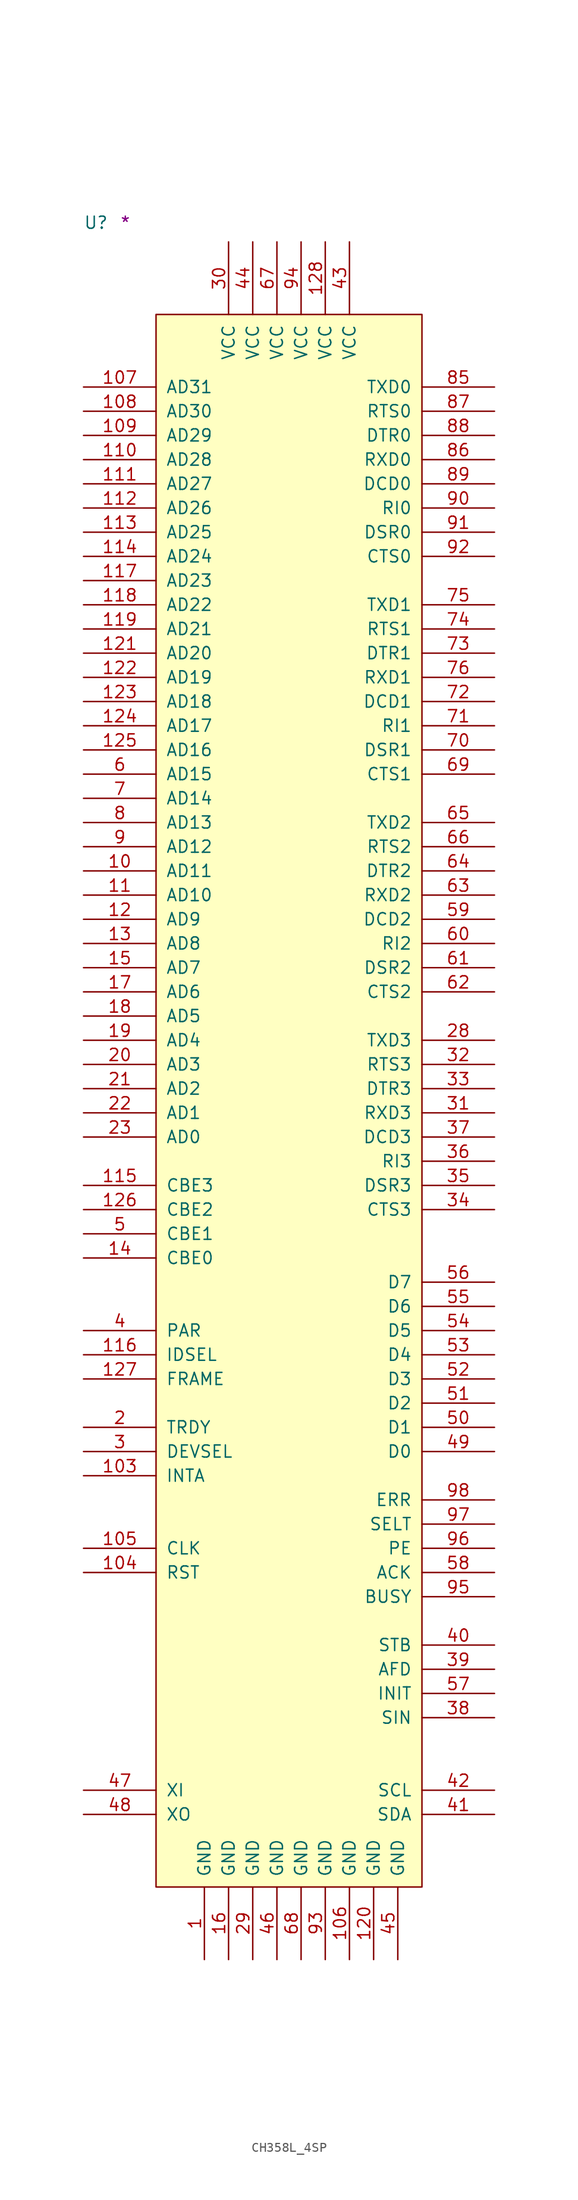
<source format=kicad_sym>
(kicad_symbol_lib
  (version 20211014)
  (generator kicad_symbol_editor)
  (symbol "CH358L_4SP"
    (pin_names
      (offset 1.016))
    (property "Reference" "U"
      (at -7.62 8.89 0)
      (effects (font (size 1.27 1.27)) (justify left bottom)))
    (property "Comment" "*"
      (at -3.81 8.89 0)
      (effects (font (size 1.27 1.27)) (justify left bottom)))
    (symbol "CH358L_4SP_1_1"
      (rectangle (start 0 -165.1) (end 27.94 0) (stroke (width 0) (type default) (color 0 0 0 0)) (fill (type background)))
      (pin power_in line (at 5.08 -172.72 90) (length 7.62) (name "GND" (effects (font (size 1.27 1.27)))) (number "1" (effects (font (size 1.27 1.27)))))
      (pin bidirectional line (at -7.62 -58.42 0) (length 7.62) (name "AD11" (effects (font (size 1.27 1.27)))) (number "10" (effects (font (size 1.27 1.27)))))
      (pin tri_state line (at -7.62 -121.92 0) (length 7.62) (name "INTA" (effects (font (size 1.27 1.27)))) (number "103" (effects (font (size 1.27 1.27)))))
      (pin input line (at -7.62 -132.08 0) (length 7.62) (name "RST" (effects (font (size 1.27 1.27)))) (number "104" (effects (font (size 1.27 1.27)))))
      (pin input line (at -7.62 -129.54 0) (length 7.62) (name "CLK" (effects (font (size 1.27 1.27)))) (number "105" (effects (font (size 1.27 1.27)))))
      (pin power_in line (at 20.32 -172.72 90) (length 7.62) (name "GND" (effects (font (size 1.27 1.27)))) (number "106" (effects (font (size 1.27 1.27)))))
      (pin bidirectional line (at -7.62 -7.62 0) (length 7.62) (name "AD31" (effects (font (size 1.27 1.27)))) (number "107" (effects (font (size 1.27 1.27)))))
      (pin bidirectional line (at -7.62 -10.16 0) (length 7.62) (name "AD30" (effects (font (size 1.27 1.27)))) (number "108" (effects (font (size 1.27 1.27)))))
      (pin bidirectional line (at -7.62 -12.7 0) (length 7.62) (name "AD29" (effects (font (size 1.27 1.27)))) (number "109" (effects (font (size 1.27 1.27)))))
      (pin bidirectional line (at -7.62 -60.96 0) (length 7.62) (name "AD10" (effects (font (size 1.27 1.27)))) (number "11" (effects (font (size 1.27 1.27)))))
      (pin bidirectional line (at -7.62 -15.24 0) (length 7.62) (name "AD28" (effects (font (size 1.27 1.27)))) (number "110" (effects (font (size 1.27 1.27)))))
      (pin bidirectional line (at -7.62 -17.78 0) (length 7.62) (name "AD27" (effects (font (size 1.27 1.27)))) (number "111" (effects (font (size 1.27 1.27)))))
      (pin bidirectional line (at -7.62 -20.32 0) (length 7.62) (name "AD26" (effects (font (size 1.27 1.27)))) (number "112" (effects (font (size 1.27 1.27)))))
      (pin bidirectional line (at -7.62 -22.86 0) (length 7.62) (name "AD25" (effects (font (size 1.27 1.27)))) (number "113" (effects (font (size 1.27 1.27)))))
      (pin bidirectional line (at -7.62 -25.4 0) (length 7.62) (name "AD24" (effects (font (size 1.27 1.27)))) (number "114" (effects (font (size 1.27 1.27)))))
      (pin input line (at -7.62 -91.44 0) (length 7.62) (name "CBE3" (effects (font (size 1.27 1.27)))) (number "115" (effects (font (size 1.27 1.27)))))
      (pin input line (at -7.62 -109.22 0) (length 7.62) (name "IDSEL" (effects (font (size 1.27 1.27)))) (number "116" (effects (font (size 1.27 1.27)))))
      (pin bidirectional line (at -7.62 -27.94 0) (length 7.62) (name "AD23" (effects (font (size 1.27 1.27)))) (number "117" (effects (font (size 1.27 1.27)))))
      (pin bidirectional line (at -7.62 -30.48 0) (length 7.62) (name "AD22" (effects (font (size 1.27 1.27)))) (number "118" (effects (font (size 1.27 1.27)))))
      (pin bidirectional line (at -7.62 -33.02 0) (length 7.62) (name "AD21" (effects (font (size 1.27 1.27)))) (number "119" (effects (font (size 1.27 1.27)))))
      (pin bidirectional line (at -7.62 -63.5 0) (length 7.62) (name "AD9" (effects (font (size 1.27 1.27)))) (number "12" (effects (font (size 1.27 1.27)))))
      (pin power_in line (at 22.86 -172.72 90) (length 7.62) (name "GND" (effects (font (size 1.27 1.27)))) (number "120" (effects (font (size 1.27 1.27)))))
      (pin bidirectional line (at -7.62 -35.56 0) (length 7.62) (name "AD20" (effects (font (size 1.27 1.27)))) (number "121" (effects (font (size 1.27 1.27)))))
      (pin bidirectional line (at -7.62 -38.1 0) (length 7.62) (name "AD19" (effects (font (size 1.27 1.27)))) (number "122" (effects (font (size 1.27 1.27)))))
      (pin bidirectional line (at -7.62 -40.64 0) (length 7.62) (name "AD18" (effects (font (size 1.27 1.27)))) (number "123" (effects (font (size 1.27 1.27)))))
      (pin bidirectional line (at -7.62 -43.18 0) (length 7.62) (name "AD17" (effects (font (size 1.27 1.27)))) (number "124" (effects (font (size 1.27 1.27)))))
      (pin bidirectional line (at -7.62 -45.72 0) (length 7.62) (name "AD16" (effects (font (size 1.27 1.27)))) (number "125" (effects (font (size 1.27 1.27)))))
      (pin input line (at -7.62 -93.98 0) (length 7.62) (name "CBE2" (effects (font (size 1.27 1.27)))) (number "126" (effects (font (size 1.27 1.27)))))
      (pin input line (at -7.62 -111.76 0) (length 7.62) (name "FRAME" (effects (font (size 1.27 1.27)))) (number "127" (effects (font (size 1.27 1.27)))))
      (pin power_in line (at 17.78 7.62 270) (length 7.62) (name "VCC" (effects (font (size 1.27 1.27)))) (number "128" (effects (font (size 1.27 1.27)))))
      (pin bidirectional line (at -7.62 -66.04 0) (length 7.62) (name "AD8" (effects (font (size 1.27 1.27)))) (number "13" (effects (font (size 1.27 1.27)))))
      (pin input line (at -7.62 -99.06 0) (length 7.62) (name "CBE0" (effects (font (size 1.27 1.27)))) (number "14" (effects (font (size 1.27 1.27)))))
      (pin bidirectional line (at -7.62 -68.58 0) (length 7.62) (name "AD7" (effects (font (size 1.27 1.27)))) (number "15" (effects (font (size 1.27 1.27)))))
      (pin power_in line (at 7.62 -172.72 90) (length 7.62) (name "GND" (effects (font (size 1.27 1.27)))) (number "16" (effects (font (size 1.27 1.27)))))
      (pin bidirectional line (at -7.62 -71.12 0) (length 7.62) (name "AD6" (effects (font (size 1.27 1.27)))) (number "17" (effects (font (size 1.27 1.27)))))
      (pin bidirectional line (at -7.62 -73.66 0) (length 7.62) (name "AD5" (effects (font (size 1.27 1.27)))) (number "18" (effects (font (size 1.27 1.27)))))
      (pin bidirectional line (at -7.62 -76.2 0) (length 7.62) (name "AD4" (effects (font (size 1.27 1.27)))) (number "19" (effects (font (size 1.27 1.27)))))
      (pin tri_state line (at -7.62 -116.84 0) (length 7.62) (name "TRDY" (effects (font (size 1.27 1.27)))) (number "2" (effects (font (size 1.27 1.27)))))
      (pin bidirectional line (at -7.62 -78.74 0) (length 7.62) (name "AD3" (effects (font (size 1.27 1.27)))) (number "20" (effects (font (size 1.27 1.27)))))
      (pin bidirectional line (at -7.62 -81.28 0) (length 7.62) (name "AD2" (effects (font (size 1.27 1.27)))) (number "21" (effects (font (size 1.27 1.27)))))
      (pin bidirectional line (at -7.62 -83.82 0) (length 7.62) (name "AD1" (effects (font (size 1.27 1.27)))) (number "22" (effects (font (size 1.27 1.27)))))
      (pin bidirectional line (at -7.62 -86.36 0) (length 7.62) (name "AD0" (effects (font (size 1.27 1.27)))) (number "23" (effects (font (size 1.27 1.27)))))
      (pin output line (at 35.56 -76.2 180) (length 7.62) (name "TXD3" (effects (font (size 1.27 1.27)))) (number "28" (effects (font (size 1.27 1.27)))))
      (pin power_in line (at 10.16 -172.72 90) (length 7.62) (name "GND" (effects (font (size 1.27 1.27)))) (number "29" (effects (font (size 1.27 1.27)))))
      (pin tri_state line (at -7.62 -119.38 0) (length 7.62) (name "DEVSEL" (effects (font (size 1.27 1.27)))) (number "3" (effects (font (size 1.27 1.27)))))
      (pin power_in line (at 7.62 7.62 270) (length 7.62) (name "VCC" (effects (font (size 1.27 1.27)))) (number "30" (effects (font (size 1.27 1.27)))))
      (pin input line (at 35.56 -83.82 180) (length 7.62) (name "RXD3" (effects (font (size 1.27 1.27)))) (number "31" (effects (font (size 1.27 1.27)))))
      (pin output line (at 35.56 -78.74 180) (length 7.62) (name "RTS3" (effects (font (size 1.27 1.27)))) (number "32" (effects (font (size 1.27 1.27)))))
      (pin output line (at 35.56 -81.28 180) (length 7.62) (name "DTR3" (effects (font (size 1.27 1.27)))) (number "33" (effects (font (size 1.27 1.27)))))
      (pin input line (at 35.56 -93.98 180) (length 7.62) (name "CTS3" (effects (font (size 1.27 1.27)))) (number "34" (effects (font (size 1.27 1.27)))))
      (pin input line (at 35.56 -91.44 180) (length 7.62) (name "DSR3" (effects (font (size 1.27 1.27)))) (number "35" (effects (font (size 1.27 1.27)))))
      (pin input line (at 35.56 -88.9 180) (length 7.62) (name "RI3" (effects (font (size 1.27 1.27)))) (number "36" (effects (font (size 1.27 1.27)))))
      (pin input line (at 35.56 -86.36 180) (length 7.62) (name "DCD3" (effects (font (size 1.27 1.27)))) (number "37" (effects (font (size 1.27 1.27)))))
      (pin output line (at 35.56 -147.32 180) (length 7.62) (name "SIN" (effects (font (size 1.27 1.27)))) (number "38" (effects (font (size 1.27 1.27)))))
      (pin output line (at 35.56 -142.24 180) (length 7.62) (name "AFD" (effects (font (size 1.27 1.27)))) (number "39" (effects (font (size 1.27 1.27)))))
      (pin tri_state line (at -7.62 -106.68 0) (length 7.62) (name "PAR" (effects (font (size 1.27 1.27)))) (number "4" (effects (font (size 1.27 1.27)))))
      (pin output line (at 35.56 -139.7 180) (length 7.62) (name "STB" (effects (font (size 1.27 1.27)))) (number "40" (effects (font (size 1.27 1.27)))))
      (pin bidirectional line (at 35.56 -157.48 180) (length 7.62) (name "SDA" (effects (font (size 1.27 1.27)))) (number "41" (effects (font (size 1.27 1.27)))))
      (pin bidirectional line (at 35.56 -154.94 180) (length 7.62) (name "SCL" (effects (font (size 1.27 1.27)))) (number "42" (effects (font (size 1.27 1.27)))))
      (pin power_in line (at 20.32 7.62 270) (length 7.62) (name "VCC" (effects (font (size 1.27 1.27)))) (number "43" (effects (font (size 1.27 1.27)))))
      (pin power_in line (at 10.16 7.62 270) (length 7.62) (name "VCC" (effects (font (size 1.27 1.27)))) (number "44" (effects (font (size 1.27 1.27)))))
      (pin power_in line (at 25.4 -172.72 90) (length 7.62) (name "GND" (effects (font (size 1.27 1.27)))) (number "45" (effects (font (size 1.27 1.27)))))
      (pin power_in line (at 12.7 -172.72 90) (length 7.62) (name "GND" (effects (font (size 1.27 1.27)))) (number "46" (effects (font (size 1.27 1.27)))))
      (pin input line (at -7.62 -154.94 0) (length 7.62) (name "XI" (effects (font (size 1.27 1.27)))) (number "47" (effects (font (size 1.27 1.27)))))
      (pin output line (at -7.62 -157.48 0) (length 7.62) (name "XO" (effects (font (size 1.27 1.27)))) (number "48" (effects (font (size 1.27 1.27)))))
      (pin bidirectional line (at 35.56 -119.38 180) (length 7.62) (name "D0" (effects (font (size 1.27 1.27)))) (number "49" (effects (font (size 1.27 1.27)))))
      (pin input line (at -7.62 -96.52 0) (length 7.62) (name "CBE1" (effects (font (size 1.27 1.27)))) (number "5" (effects (font (size 1.27 1.27)))))
      (pin bidirectional line (at 35.56 -116.84 180) (length 7.62) (name "D1" (effects (font (size 1.27 1.27)))) (number "50" (effects (font (size 1.27 1.27)))))
      (pin bidirectional line (at 35.56 -114.3 180) (length 7.62) (name "D2" (effects (font (size 1.27 1.27)))) (number "51" (effects (font (size 1.27 1.27)))))
      (pin bidirectional line (at 35.56 -111.76 180) (length 7.62) (name "D3" (effects (font (size 1.27 1.27)))) (number "52" (effects (font (size 1.27 1.27)))))
      (pin bidirectional line (at 35.56 -109.22 180) (length 7.62) (name "D4" (effects (font (size 1.27 1.27)))) (number "53" (effects (font (size 1.27 1.27)))))
      (pin bidirectional line (at 35.56 -106.68 180) (length 7.62) (name "D5" (effects (font (size 1.27 1.27)))) (number "54" (effects (font (size 1.27 1.27)))))
      (pin bidirectional line (at 35.56 -104.14 180) (length 7.62) (name "D6" (effects (font (size 1.27 1.27)))) (number "55" (effects (font (size 1.27 1.27)))))
      (pin bidirectional line (at 35.56 -101.6 180) (length 7.62) (name "D7" (effects (font (size 1.27 1.27)))) (number "56" (effects (font (size 1.27 1.27)))))
      (pin output line (at 35.56 -144.78 180) (length 7.62) (name "INIT" (effects (font (size 1.27 1.27)))) (number "57" (effects (font (size 1.27 1.27)))))
      (pin input line (at 35.56 -132.08 180) (length 7.62) (name "ACK" (effects (font (size 1.27 1.27)))) (number "58" (effects (font (size 1.27 1.27)))))
      (pin input line (at 35.56 -63.5 180) (length 7.62) (name "DCD2" (effects (font (size 1.27 1.27)))) (number "59" (effects (font (size 1.27 1.27)))))
      (pin bidirectional line (at -7.62 -48.26 0) (length 7.62) (name "AD15" (effects (font (size 1.27 1.27)))) (number "6" (effects (font (size 1.27 1.27)))))
      (pin input line (at 35.56 -66.04 180) (length 7.62) (name "RI2" (effects (font (size 1.27 1.27)))) (number "60" (effects (font (size 1.27 1.27)))))
      (pin input line (at 35.56 -68.58 180) (length 7.62) (name "DSR2" (effects (font (size 1.27 1.27)))) (number "61" (effects (font (size 1.27 1.27)))))
      (pin input line (at 35.56 -71.12 180) (length 7.62) (name "CTS2" (effects (font (size 1.27 1.27)))) (number "62" (effects (font (size 1.27 1.27)))))
      (pin input line (at 35.56 -60.96 180) (length 7.62) (name "RXD2" (effects (font (size 1.27 1.27)))) (number "63" (effects (font (size 1.27 1.27)))))
      (pin output line (at 35.56 -58.42 180) (length 7.62) (name "DTR2" (effects (font (size 1.27 1.27)))) (number "64" (effects (font (size 1.27 1.27)))))
      (pin output line (at 35.56 -53.34 180) (length 7.62) (name "TXD2" (effects (font (size 1.27 1.27)))) (number "65" (effects (font (size 1.27 1.27)))))
      (pin output line (at 35.56 -55.88 180) (length 7.62) (name "RTS2" (effects (font (size 1.27 1.27)))) (number "66" (effects (font (size 1.27 1.27)))))
      (pin power_in line (at 12.7 7.62 270) (length 7.62) (name "VCC" (effects (font (size 1.27 1.27)))) (number "67" (effects (font (size 1.27 1.27)))))
      (pin power_in line (at 15.24 -172.72 90) (length 7.62) (name "GND" (effects (font (size 1.27 1.27)))) (number "68" (effects (font (size 1.27 1.27)))))
      (pin input line (at 35.56 -48.26 180) (length 7.62) (name "CTS1" (effects (font (size 1.27 1.27)))) (number "69" (effects (font (size 1.27 1.27)))))
      (pin bidirectional line (at -7.62 -50.8 0) (length 7.62) (name "AD14" (effects (font (size 1.27 1.27)))) (number "7" (effects (font (size 1.27 1.27)))))
      (pin input line (at 35.56 -45.72 180) (length 7.62) (name "DSR1" (effects (font (size 1.27 1.27)))) (number "70" (effects (font (size 1.27 1.27)))))
      (pin input line (at 35.56 -43.18 180) (length 7.62) (name "RI1" (effects (font (size 1.27 1.27)))) (number "71" (effects (font (size 1.27 1.27)))))
      (pin input line (at 35.56 -40.64 180) (length 7.62) (name "DCD1" (effects (font (size 1.27 1.27)))) (number "72" (effects (font (size 1.27 1.27)))))
      (pin output line (at 35.56 -35.56 180) (length 7.62) (name "DTR1" (effects (font (size 1.27 1.27)))) (number "73" (effects (font (size 1.27 1.27)))))
      (pin output line (at 35.56 -33.02 180) (length 7.62) (name "RTS1" (effects (font (size 1.27 1.27)))) (number "74" (effects (font (size 1.27 1.27)))))
      (pin output line (at 35.56 -30.48 180) (length 7.62) (name "TXD1" (effects (font (size 1.27 1.27)))) (number "75" (effects (font (size 1.27 1.27)))))
      (pin input line (at 35.56 -38.1 180) (length 7.62) (name "RXD1" (effects (font (size 1.27 1.27)))) (number "76" (effects (font (size 1.27 1.27)))))
      (pin bidirectional line (at -7.62 -53.34 0) (length 7.62) (name "AD13" (effects (font (size 1.27 1.27)))) (number "8" (effects (font (size 1.27 1.27)))))
      (pin output line (at 35.56 -7.62 180) (length 7.62) (name "TXD0" (effects (font (size 1.27 1.27)))) (number "85" (effects (font (size 1.27 1.27)))))
      (pin input line (at 35.56 -15.24 180) (length 7.62) (name "RXD0" (effects (font (size 1.27 1.27)))) (number "86" (effects (font (size 1.27 1.27)))))
      (pin output line (at 35.56 -10.16 180) (length 7.62) (name "RTS0" (effects (font (size 1.27 1.27)))) (number "87" (effects (font (size 1.27 1.27)))))
      (pin output line (at 35.56 -12.7 180) (length 7.62) (name "DTR0" (effects (font (size 1.27 1.27)))) (number "88" (effects (font (size 1.27 1.27)))))
      (pin input line (at 35.56 -17.78 180) (length 7.62) (name "DCD0" (effects (font (size 1.27 1.27)))) (number "89" (effects (font (size 1.27 1.27)))))
      (pin bidirectional line (at -7.62 -55.88 0) (length 7.62) (name "AD12" (effects (font (size 1.27 1.27)))) (number "9" (effects (font (size 1.27 1.27)))))
      (pin input line (at 35.56 -20.32 180) (length 7.62) (name "RI0" (effects (font (size 1.27 1.27)))) (number "90" (effects (font (size 1.27 1.27)))))
      (pin input line (at 35.56 -22.86 180) (length 7.62) (name "DSR0" (effects (font (size 1.27 1.27)))) (number "91" (effects (font (size 1.27 1.27)))))
      (pin input line (at 35.56 -25.4 180) (length 7.62) (name "CTS0" (effects (font (size 1.27 1.27)))) (number "92" (effects (font (size 1.27 1.27)))))
      (pin power_in line (at 17.78 -172.72 90) (length 7.62) (name "GND" (effects (font (size 1.27 1.27)))) (number "93" (effects (font (size 1.27 1.27)))))
      (pin power_in line (at 15.24 7.62 270) (length 7.62) (name "VCC" (effects (font (size 1.27 1.27)))) (number "94" (effects (font (size 1.27 1.27)))))
      (pin input line (at 35.56 -134.62 180) (length 7.62) (name "BUSY" (effects (font (size 1.27 1.27)))) (number "95" (effects (font (size 1.27 1.27)))))
      (pin input line (at 35.56 -129.54 180) (length 7.62) (name "PE" (effects (font (size 1.27 1.27)))) (number "96" (effects (font (size 1.27 1.27)))))
      (pin input line (at 35.56 -127 180) (length 7.62) (name "SELT" (effects (font (size 1.27 1.27)))) (number "97" (effects (font (size 1.27 1.27)))))
      (pin input line (at 35.56 -124.46 180) (length 7.62) (name "ERR" (effects (font (size 1.27 1.27)))) (number "98" (effects (font (size 1.27 1.27))))))))
</source>
